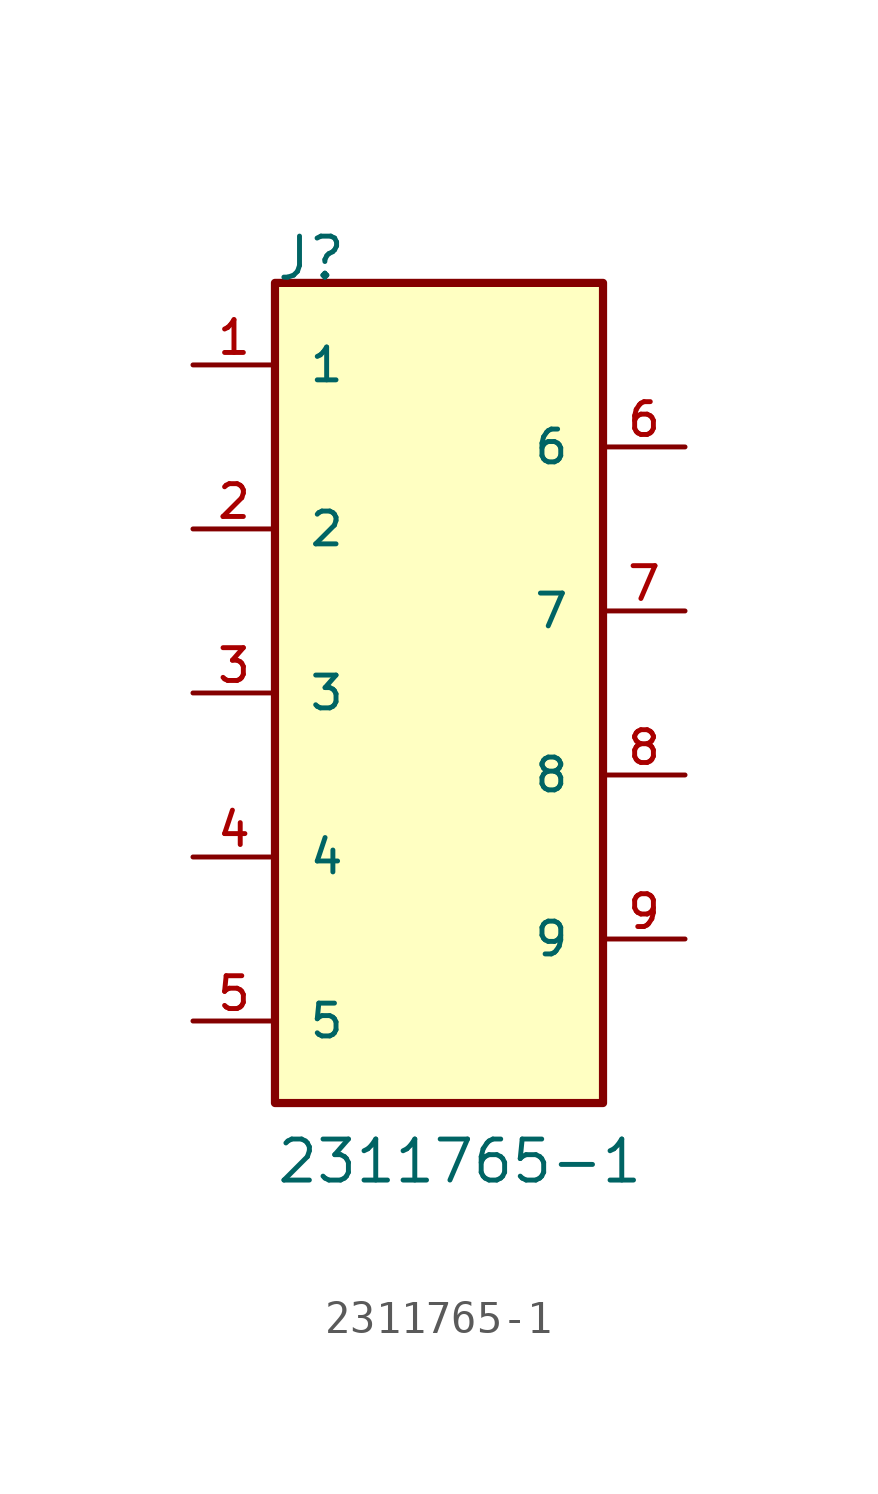
<source format=kicad_sym>
(kicad_symbol_lib
  (version 20211014)
  (generator kicad_symbol_editor)
  (symbol "2311765-1"
    (pin_names
      (offset 1.016))
    (property "Reference" "J"
      (at -5.086 12.716 0)
      (effects (font (size 1.27 1.27)) (justify bottom left)))
    (property "Value" "2311765-1"
      (at -5.083 -15.249 0)
      (effects (font (size 1.27 1.27)) (justify bottom left)))
    (symbol "2311765-1_0_0"
      (rectangle (start -5.08 -12.7) (end 5.08 12.7) (stroke (width 0.254)) (fill (type background)))
      (pin passive line (at -7.62 10.16 0) (length 2.54) (name "1" (effects (font (size 1.016 1.016)))) (number "1" (effects (font (size 1.016 1.016)))))
      (pin passive line (at -7.62 5.08 0) (length 2.54) (name "2" (effects (font (size 1.016 1.016)))) (number "2" (effects (font (size 1.016 1.016)))))
      (pin passive line (at -7.62 0.0 0) (length 2.54) (name "3" (effects (font (size 1.016 1.016)))) (number "3" (effects (font (size 1.016 1.016)))))
      (pin passive line (at -7.62 -5.08 0) (length 2.54) (name "4" (effects (font (size 1.016 1.016)))) (number "4" (effects (font (size 1.016 1.016)))))
      (pin passive line (at -7.62 -10.16 0) (length 2.54) (name "5" (effects (font (size 1.016 1.016)))) (number "5" (effects (font (size 1.016 1.016)))))
      (pin passive line (at 7.62 7.62 180.0) (length 2.54) (name "6" (effects (font (size 1.016 1.016)))) (number "6" (effects (font (size 1.016 1.016)))))
      (pin passive line (at 7.62 2.54 180.0) (length 2.54) (name "7" (effects (font (size 1.016 1.016)))) (number "7" (effects (font (size 1.016 1.016)))))
      (pin passive line (at 7.62 -2.54 180.0) (length 2.54) (name "8" (effects (font (size 1.016 1.016)))) (number "8" (effects (font (size 1.016 1.016)))))
      (pin passive line (at 7.62 -7.62 180.0) (length 2.54) (name "9" (effects (font (size 1.016 1.016)))) (number "9" (effects (font (size 1.016 1.016))))))))
</source>
